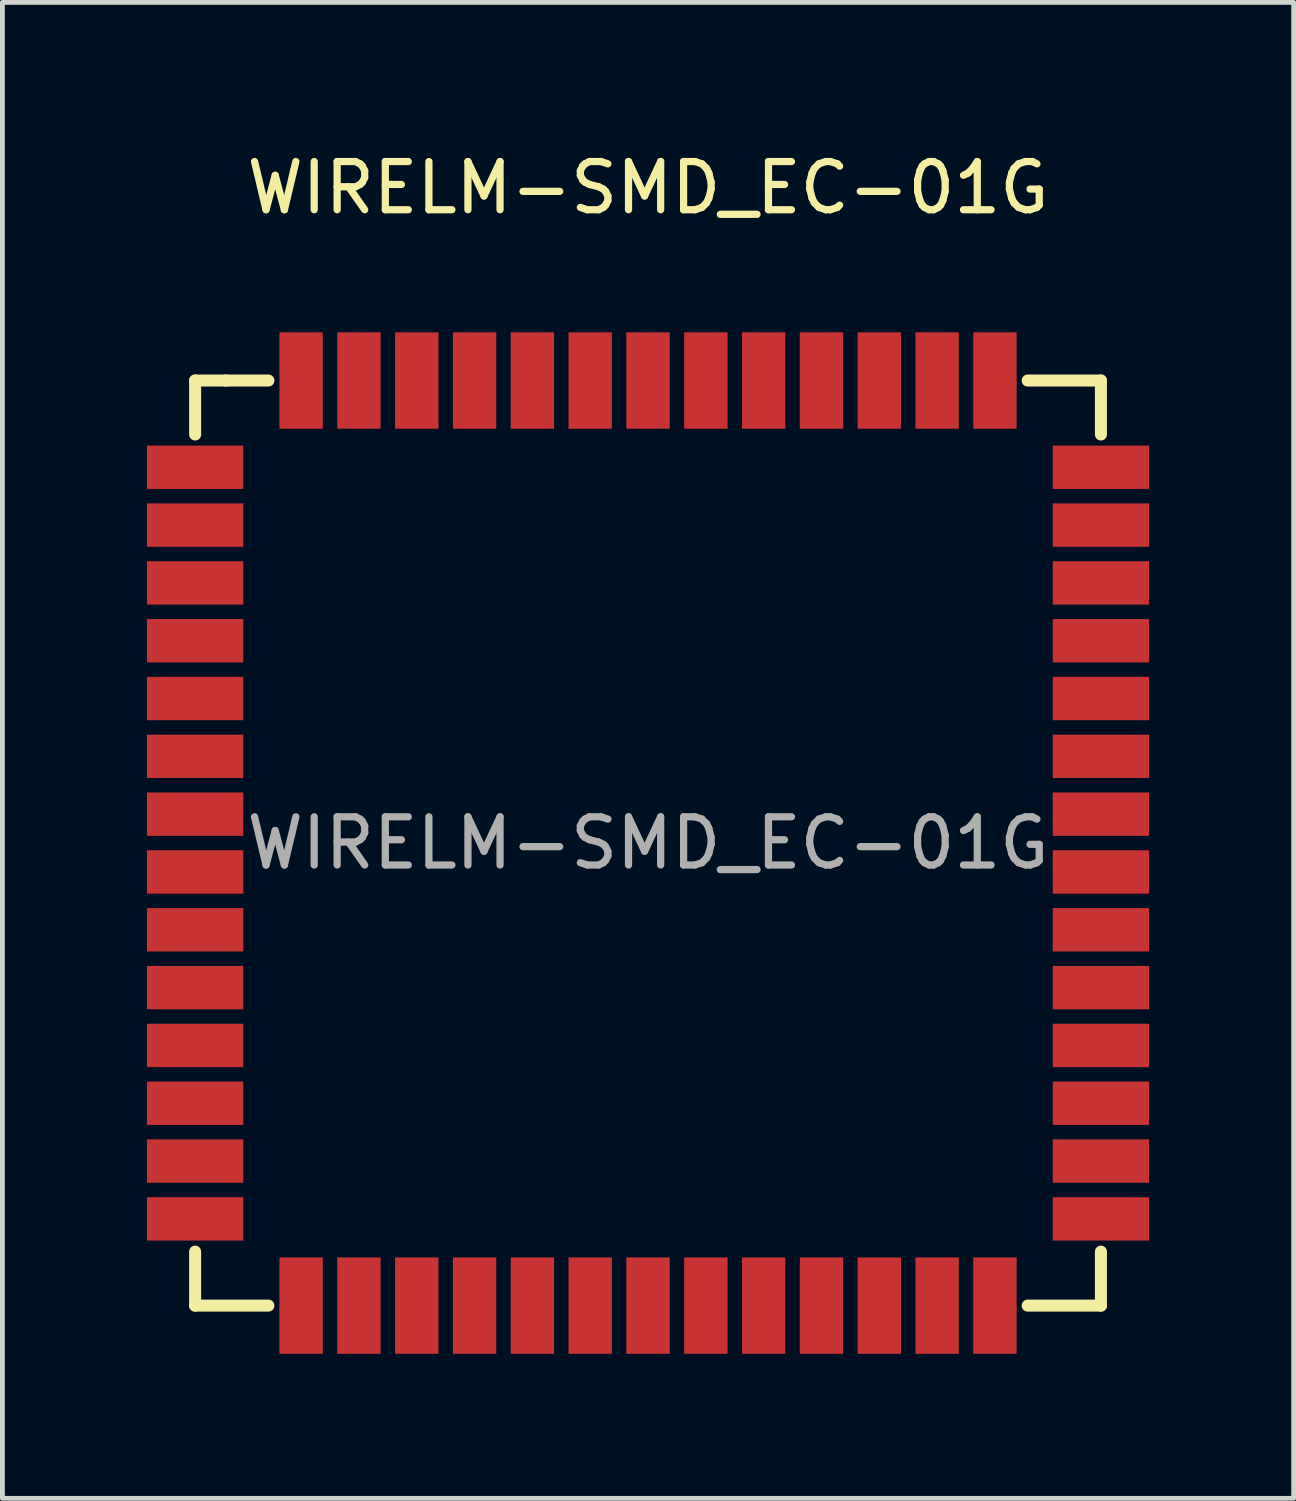
<source format=kicad_pcb>
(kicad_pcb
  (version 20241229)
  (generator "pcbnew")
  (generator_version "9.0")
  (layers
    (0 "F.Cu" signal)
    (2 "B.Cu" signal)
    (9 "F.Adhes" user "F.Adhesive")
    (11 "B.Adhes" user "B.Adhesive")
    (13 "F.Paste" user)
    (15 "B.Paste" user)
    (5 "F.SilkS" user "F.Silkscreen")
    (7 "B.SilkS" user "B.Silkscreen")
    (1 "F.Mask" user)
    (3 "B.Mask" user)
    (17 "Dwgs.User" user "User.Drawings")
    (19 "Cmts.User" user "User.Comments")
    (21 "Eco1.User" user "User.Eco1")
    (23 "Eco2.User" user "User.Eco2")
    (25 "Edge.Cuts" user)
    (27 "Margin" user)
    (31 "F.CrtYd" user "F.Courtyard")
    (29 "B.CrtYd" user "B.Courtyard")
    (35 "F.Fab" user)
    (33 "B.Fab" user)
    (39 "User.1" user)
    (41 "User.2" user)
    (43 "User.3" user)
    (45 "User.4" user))
  (footprint "WIRELM-SMD_EC-01G"
    (layer "F.Cu")
    (at 10.4 14.448)
    (property "Reference" "WIRELM-SMD_EC-01G" (at 0 -13.6 0) (layer "F.SilkS") (effects (font (size 1 1) (thickness 0.15))))
    (attr through_hole)
    (fp_line (start -9.4 -9.6) (end -9.4 -8.48) (stroke (width 0.25) (type solid)) (layer "F.SilkS"))
    (fp_line (start -9.4 8.48) (end -9.4 9.6) (stroke (width 0.25) (type solid)) (layer "F.SilkS"))
    (fp_line (start -9.4 9.6) (end -7.88 9.6) (stroke (width 0.25) (type solid)) (layer "F.SilkS"))
    (fp_line (start -8.76 -9.6) (end -9.4 -9.6) (stroke (width 0.25) (type solid)) (layer "F.SilkS"))
    (fp_line (start -7.88 -9.6) (end -8.76 -9.6) (stroke (width 0.25) (type solid)) (layer "F.SilkS"))
    (fp_line (start 7.88 -9.6) (end 9.4 -9.6) (stroke (width 0.25) (type solid)) (layer "F.SilkS"))
    (fp_line (start 7.88 9.6) (end 9.4 9.6) (stroke (width 0.25) (type solid)) (layer "F.SilkS"))
    (fp_line (start 9.4 -9.6) (end 9.4 -8.48) (stroke (width 0.25) (type solid)) (layer "F.SilkS"))
    (fp_line (start 9.4 9.6) (end 9.4 8.48) (stroke (width 0.25) (type solid)) (layer "F.SilkS"))
    (fp_text user "${REFERENCE}" (at 0 0 0) (layer "F.Fab") (effects (font (size 1 1) (thickness 0.15))))
    (pad "1" smd rect (at -9.4 -7.8) (size 2 0.9) (layers "F.Cu" "F.Mask" "F.Paste"))
    (pad "2" smd rect (at -9.4 -6.6) (size 2 0.9) (layers "F.Cu" "F.Mask" "F.Paste"))
    (pad "3" smd rect (at -9.4 -5.4) (size 2 0.9) (layers "F.Cu" "F.Mask" "F.Paste"))
    (pad "4" smd rect (at -9.4 -4.2) (size 2 0.9) (layers "F.Cu" "F.Mask" "F.Paste"))
    (pad "5" smd rect (at -9.4 -3) (size 2 0.9) (layers "F.Cu" "F.Mask" "F.Paste"))
    (pad "6" smd rect (at -9.4 -1.8) (size 2 0.9) (layers "F.Cu" "F.Mask" "F.Paste"))
    (pad "7" smd rect (at -9.4 -0.6) (size 2 0.9) (layers "F.Cu" "F.Mask" "F.Paste"))
    (pad "8" smd rect (at -9.4 0.6) (size 2 0.9) (layers "F.Cu" "F.Mask" "F.Paste"))
    (pad "9" smd rect (at -9.4 1.8) (size 2 0.9) (layers "F.Cu" "F.Mask" "F.Paste"))
    (pad "10" smd rect (at -9.4 3) (size 2 0.9) (layers "F.Cu" "F.Mask" "F.Paste"))
    (pad "11" smd rect (at -9.4 4.2) (size 2 0.9) (layers "F.Cu" "F.Mask" "F.Paste"))
    (pad "12" smd rect (at -9.4 5.4) (size 2 0.9) (layers "F.Cu" "F.Mask" "F.Paste"))
    (pad "13" smd rect (at -9.4 6.6) (size 2 0.9) (layers "F.Cu" "F.Mask" "F.Paste"))
    (pad "14" smd rect (at -9.4 7.8) (size 2 0.9) (layers "F.Cu" "F.Mask" "F.Paste"))
    (pad "15" smd rect (at -7.2 9.6 90) (size 2 0.9) (layers "F.Cu" "F.Mask" "F.Paste"))
    (pad "16" smd rect (at -6 9.6 90) (size 2 0.9) (layers "F.Cu" "F.Mask" "F.Paste"))
    (pad "17" smd rect (at -4.8 9.6 90) (size 2 0.9) (layers "F.Cu" "F.Mask" "F.Paste"))
    (pad "18" smd rect (at -3.6 9.6 90) (size 2 0.9) (layers "F.Cu" "F.Mask" "F.Paste"))
    (pad "19" smd rect (at -2.4 9.6 90) (size 2 0.9) (layers "F.Cu" "F.Mask" "F.Paste"))
    (pad "20" smd rect (at -1.2 9.6 90) (size 2 0.9) (layers "F.Cu" "F.Mask" "F.Paste"))
    (pad "21" smd rect (at 0 9.6 90) (size 2 0.9) (layers "F.Cu" "F.Mask" "F.Paste"))
    (pad "22" smd rect (at 1.2 9.6 90) (size 2 0.9) (layers "F.Cu" "F.Mask" "F.Paste"))
    (pad "23" smd rect (at 2.4 9.6 90) (size 2 0.9) (layers "F.Cu" "F.Mask" "F.Paste"))
    (pad "24" smd rect (at 3.6 9.6 90) (size 2 0.9) (layers "F.Cu" "F.Mask" "F.Paste"))
    (pad "25" smd rect (at 4.8 9.6 90) (size 2 0.9) (layers "F.Cu" "F.Mask" "F.Paste"))
    (pad "26" smd rect (at 6 9.6 90) (size 2 0.9) (layers "F.Cu" "F.Mask" "F.Paste"))
    (pad "27" smd rect (at 7.2 9.6 90) (size 2 0.9) (layers "F.Cu" "F.Mask" "F.Paste"))
    (pad "28" smd rect (at 9.4 7.8 180) (size 2 0.9) (layers "F.Cu" "F.Mask" "F.Paste"))
    (pad "29" smd rect (at 9.4 6.6 180) (size 2 0.9) (layers "F.Cu" "F.Mask" "F.Paste"))
    (pad "30" smd rect (at 9.4 5.4 180) (size 2 0.9) (layers "F.Cu" "F.Mask" "F.Paste"))
    (pad "31" smd rect (at 9.4 4.2 180) (size 2 0.9) (layers "F.Cu" "F.Mask" "F.Paste"))
    (pad "32" smd rect (at 9.4 3 180) (size 2 0.9) (layers "F.Cu" "F.Mask" "F.Paste"))
    (pad "33" smd rect (at 9.4 1.8 180) (size 2 0.9) (layers "F.Cu" "F.Mask" "F.Paste"))
    (pad "34" smd rect (at 9.4 0.6 180) (size 2 0.9) (layers "F.Cu" "F.Mask" "F.Paste"))
    (pad "35" smd rect (at 9.4 -0.6 180) (size 2 0.9) (layers "F.Cu" "F.Mask" "F.Paste"))
    (pad "36" smd rect (at 9.4 -1.8 180) (size 2 0.9) (layers "F.Cu" "F.Mask" "F.Paste"))
    (pad "37" smd rect (at 9.4 -3 180) (size 2 0.9) (layers "F.Cu" "F.Mask" "F.Paste"))
    (pad "38" smd rect (at 9.4 -4.2 180) (size 2 0.9) (layers "F.Cu" "F.Mask" "F.Paste"))
    (pad "39" smd rect (at 9.4 -5.4 180) (size 2 0.9) (layers "F.Cu" "F.Mask" "F.Paste"))
    (pad "40" smd rect (at 9.4 -6.6 180) (size 2 0.9) (layers "F.Cu" "F.Mask" "F.Paste"))
    (pad "41" smd rect (at 9.4 -7.8 180) (size 2 0.9) (layers "F.Cu" "F.Mask" "F.Paste"))
    (pad "42" smd rect (at 7.2 -9.6 270) (size 2 0.9) (layers "F.Cu" "F.Mask" "F.Paste"))
    (pad "43" smd rect (at 6 -9.6 270) (size 2 0.9) (layers "F.Cu" "F.Mask" "F.Paste"))
    (pad "44" smd rect (at 4.8 -9.6 270) (size 2 0.9) (layers "F.Cu" "F.Mask" "F.Paste"))
    (pad "45" smd rect (at 3.6 -9.6 270) (size 2 0.9) (layers "F.Cu" "F.Mask" "F.Paste"))
    (pad "46" smd rect (at 2.4 -9.6 270) (size 2 0.9) (layers "F.Cu" "F.Mask" "F.Paste"))
    (pad "47" smd rect (at 1.2 -9.6 270) (size 2 0.9) (layers "F.Cu" "F.Mask" "F.Paste"))
    (pad "48" smd rect (at 0 -9.6 270) (size 2 0.9) (layers "F.Cu" "F.Mask" "F.Paste"))
    (pad "49" smd rect (at -1.2 -9.6 270) (size 2 0.9) (layers "F.Cu" "F.Mask" "F.Paste"))
    (pad "50" smd rect (at -2.4 -9.6 270) (size 2 0.9) (layers "F.Cu" "F.Mask" "F.Paste"))
    (pad "51" smd rect (at -3.6 -9.6 270) (size 2 0.9) (layers "F.Cu" "F.Mask" "F.Paste"))
    (pad "52" smd rect (at -4.8 -9.6 270) (size 2 0.9) (layers "F.Cu" "F.Mask" "F.Paste"))
    (pad "53" smd rect (at -6 -9.6 270) (size 2 0.9) (layers "F.Cu" "F.Mask" "F.Paste"))
    (pad "54" smd rect (at -7.2 -9.6 270) (size 2 0.9) (layers "F.Cu" "F.Mask" "F.Paste")))
  (gr_rect
    (start -3 -3)
    (end 23.8 28.048)
    (stroke (width 0.1) (type default))
    (fill no)
    (layer "Edge.Cuts")))
</source>
